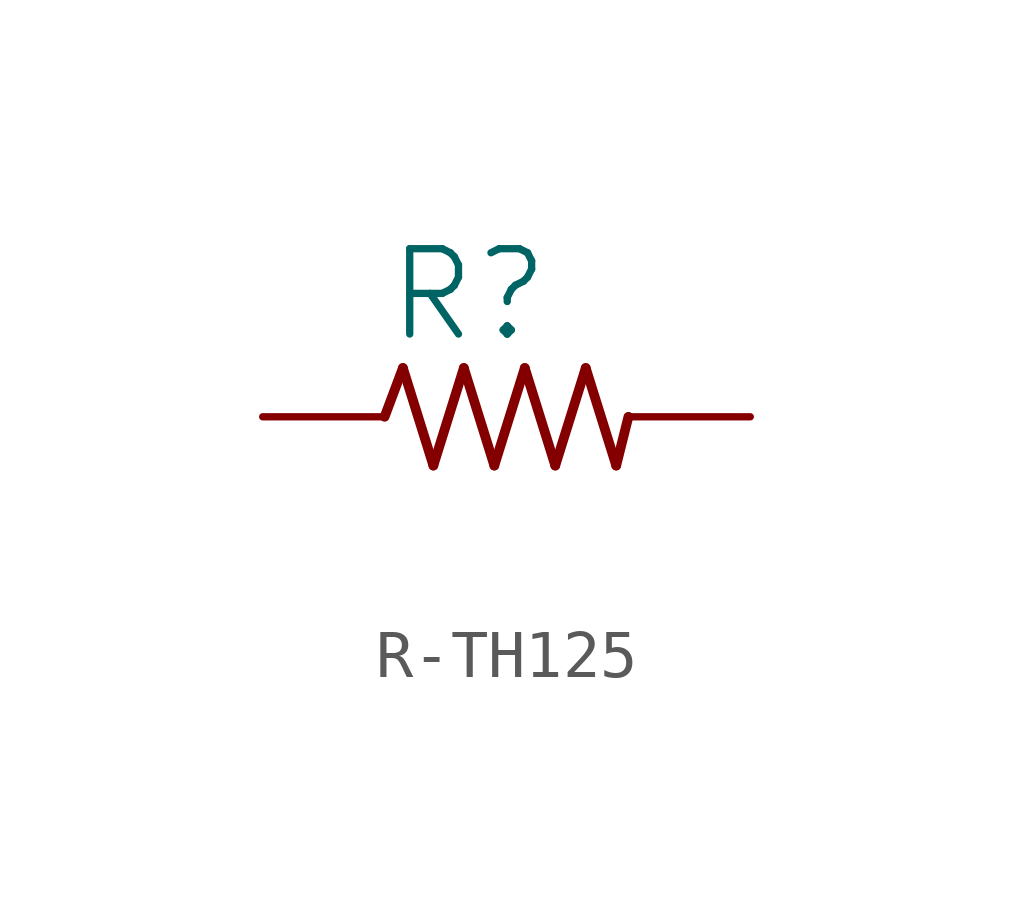
<source format=kicad_sym>
(kicad_symbol_lib
  (version 20231120)
  (generator "kicad_symbol_editor")
  (generator_version "8.0")
  (symbol "R-TH125"
    (property "Reference" "R"
      (at -2.54 1.499 0)
      (effects (font (size 1.778 1.778)) (justify left bottom)))
    (property "Value" ""
      (at -5.08 -3.302 0)
      (effects (font (size 1.778 1.778)) (justify left bottom)))
    (property "ki_locked" ""
      (at 0 0 0)
      (effects (font (size 1.27 1.27))))
    (symbol "R-TH125_1_0"
      (polyline (pts (xy -2.54 0) (xy -2.159 1.016)) (stroke (width 0.203) (type solid)) (fill (type none)))
      (polyline (pts (xy -2.159 1.016) (xy -1.524 -1.016)) (stroke (width 0.203) (type solid)) (fill (type none)))
      (polyline (pts (xy -1.524 -1.016) (xy -0.889 1.016)) (stroke (width 0.203) (type solid)) (fill (type none)))
      (polyline (pts (xy -0.889 1.016) (xy -0.254 -1.016)) (stroke (width 0.203) (type solid)) (fill (type none)))
      (polyline (pts (xy -0.254 -1.016) (xy 0.381 1.016)) (stroke (width 0.203) (type solid)) (fill (type none)))
      (polyline (pts (xy 0.381 1.016) (xy 1.016 -1.016)) (stroke (width 0.203) (type solid)) (fill (type none)))
      (polyline (pts (xy 1.016 -1.016) (xy 1.651 1.016)) (stroke (width 0.203) (type solid)) (fill (type none)))
      (polyline (pts (xy 1.651 1.016) (xy 2.286 -1.016)) (stroke (width 0.203) (type solid)) (fill (type none)))
      (polyline (pts (xy 2.286 -1.016) (xy 2.54 0)) (stroke (width 0.203) (type solid)) (fill (type none)))
      (pin passive line (at -5.08 0 0) (length 2.54) (name "1" (effects (font (size 0 0)))) (number "P$1" (effects (font (size 0 0)))))
      (pin passive line (at 5.08 0 180) (length 2.54) (name "2" (effects (font (size 0 0)))) (number "P$2" (effects (font (size 0 0))))))))
</source>
